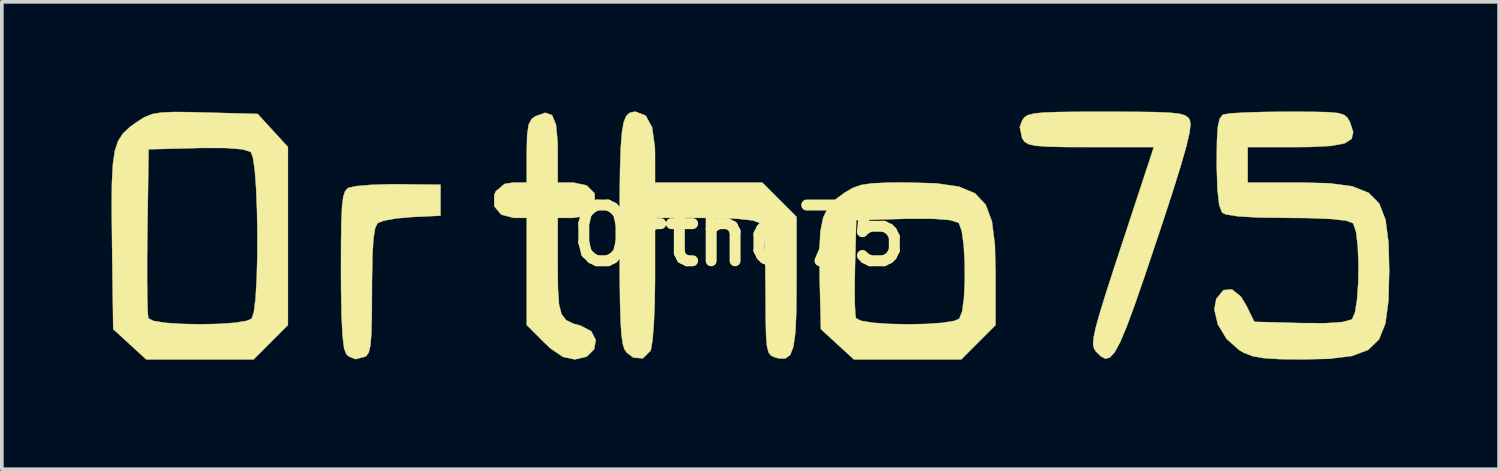
<source format=kicad_pcb>
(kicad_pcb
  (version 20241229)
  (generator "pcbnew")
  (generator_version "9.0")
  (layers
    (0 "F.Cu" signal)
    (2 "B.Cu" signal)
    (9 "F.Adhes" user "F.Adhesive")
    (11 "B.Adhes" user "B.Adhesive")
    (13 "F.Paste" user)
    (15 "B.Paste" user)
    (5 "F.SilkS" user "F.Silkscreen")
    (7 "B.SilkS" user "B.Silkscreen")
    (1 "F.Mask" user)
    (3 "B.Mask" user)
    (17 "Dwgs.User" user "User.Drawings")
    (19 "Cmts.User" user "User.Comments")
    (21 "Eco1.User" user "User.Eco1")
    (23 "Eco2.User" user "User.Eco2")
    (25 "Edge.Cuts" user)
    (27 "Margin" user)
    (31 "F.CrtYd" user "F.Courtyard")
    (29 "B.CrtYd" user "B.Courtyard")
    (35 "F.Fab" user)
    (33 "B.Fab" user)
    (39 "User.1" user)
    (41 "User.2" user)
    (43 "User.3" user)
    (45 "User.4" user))
  (footprint "Ortho75"
    (layer "F.Cu")
    (at 17.161 3.392)
    (property "Reference" "Ortho75" (at 0 0 0) (layer "F.SilkS") (effects (font (size 1.524 1.524) (thickness 0.3))))
    (attr through_hole)
    (fp_poly (pts (xy -8.164 -1.391) (xy -8.164 -0.544) (xy -8.946 -0.508) (xy -9.376 -0.469) (xy -9.718 -0.407) (xy -9.883 -0.342) (xy -9.951 -0.208) (xy -9.998 0.081) (xy -10.026 0.551) (xy -10.038 1.227) (xy -10.039 1.514) (xy -10.043 2.207) (xy -10.056 2.695) (xy -10.083 3.015) (xy -10.128 3.202) (xy -10.194 3.294) (xy -10.23 3.313) (xy -10.49 3.38) (xy -10.669 3.307) (xy -10.741 3.242) (xy -10.8 3.087) (xy -10.843 2.747) (xy -10.87 2.206) (xy -10.884 1.448) (xy -10.886 0.948) (xy -10.884 0.171) (xy -10.875 -0.398) (xy -10.857 -0.794) (xy -10.826 -1.05) (xy -10.779 -1.202) (xy -10.713 -1.284) (xy -10.674 -1.308) (xy -10.465 -1.353) (xy -10.08 -1.386) (xy -9.585 -1.402) (xy -9.313 -1.403) (xy -8.164 -1.391)) (stroke (width 0.01) (type solid)) (fill yes) (layer "F.SilkS"))
    (fp_poly (pts (xy -5.113 -3.291) (xy -5.006 -3.035) (xy -4.962 -2.569) (xy -4.959 -2.346) (xy -4.959 -1.451) (xy -4.54 -1.451) (xy -4.166 -1.371) (xy -3.954 -1.16) (xy -3.937 -0.86) (xy -3.991 -0.726) (xy -4.198 -0.537) (xy -4.54 -0.484) (xy -4.959 -0.484) (xy -4.959 0.832) (xy -4.953 1.455) (xy -4.924 1.881) (xy -4.854 2.152) (xy -4.728 2.314) (xy -4.528 2.41) (xy -4.337 2.462) (xy -4.039 2.619) (xy -3.918 2.858) (xy -3.964 3.111) (xy -4.165 3.31) (xy -4.494 3.387) (xy -4.815 3.318) (xy -5.156 3.087) (xy -5.336 2.917) (xy -5.806 2.448) (xy -5.806 -0.484) (xy -6.164 -0.484) (xy -6.505 -0.573) (xy -6.695 -0.802) (xy -6.695 -1.111) (xy -6.652 -1.21) (xy -6.414 -1.412) (xy -6.164 -1.451) (xy -5.806 -1.451) (xy -5.806 -2.294) (xy -5.795 -2.756) (xy -5.754 -3.035) (xy -5.669 -3.192) (xy -5.573 -3.261) (xy -5.297 -3.359) (xy -5.113 -3.291)) (stroke (width 0.01) (type solid)) (fill yes) (layer "F.SilkS"))
    (fp_poly (pts (xy 10.817 -3.385) (xy 11.388 -3.377) (xy 11.786 -3.36) (xy 12.046 -3.33) (xy 12.203 -3.284) (xy 12.29 -3.219) (xy 12.327 -3.163) (xy 12.347 -3.037) (xy 12.317 -2.802) (xy 12.231 -2.436) (xy 12.083 -1.919) (xy 11.868 -1.228) (xy 11.579 -0.341) (xy 11.423 0.126) (xy 11.089 1.121) (xy 10.817 1.906) (xy 10.597 2.5) (xy 10.418 2.923) (xy 10.27 3.195) (xy 10.14 3.336) (xy 10.02 3.366) (xy 9.897 3.305) (xy 9.764 3.175) (xy 9.708 3.092) (xy 9.683 2.976) (xy 9.695 2.798) (xy 9.752 2.527) (xy 9.861 2.136) (xy 10.028 1.593) (xy 10.261 0.871) (xy 10.458 0.272) (xy 11.343 -2.419) (xy 9.607 -2.419) (xy 8.922 -2.421) (xy 8.441 -2.432) (xy 8.121 -2.455) (xy 7.925 -2.496) (xy 7.813 -2.561) (xy 7.744 -2.655) (xy 7.741 -2.661) (xy 7.678 -2.97) (xy 7.741 -3.145) (xy 7.801 -3.231) (xy 7.896 -3.294) (xy 8.063 -3.337) (xy 8.336 -3.365) (xy 8.749 -3.379) (xy 9.339 -3.386) (xy 10.039 -3.387) (xy 10.817 -3.385)) (stroke (width 0.01) (type solid)) (fill yes) (layer "F.SilkS"))
    (fp_poly (pts (xy 5.392 -1.428) (xy 6.011 -1.339) (xy 6.452 -1.156) (xy 6.744 -0.847) (xy 6.916 -0.385) (xy 6.997 0.261) (xy 7.015 1.031) (xy 7.015 2.448) (xy 6.546 2.917) (xy 6.076 3.387) (xy 3.141 3.387) (xy 2.689 2.973) (xy 2.238 2.559) (xy 2.21 1.379) (xy 3.162 1.379) (xy 3.165 1.837) (xy 3.18 2.154) (xy 3.197 2.26) (xy 3.339 2.332) (xy 3.662 2.384) (xy 4.106 2.416) (xy 4.611 2.427) (xy 5.116 2.417) (xy 5.562 2.386) (xy 5.888 2.333) (xy 6.023 2.274) (xy 6.101 2.076) (xy 6.151 1.707) (xy 6.174 1.236) (xy 6.171 0.729) (xy 6.143 0.253) (xy 6.09 -0.126) (xy 6.012 -0.34) (xy 6 -0.352) (xy 5.775 -0.423) (xy 5.319 -0.459) (xy 4.637 -0.461) (xy 4.518 -0.458) (xy 3.205 -0.423) (xy 3.171 0.838) (xy 3.162 1.379) (xy 2.21 1.379) (xy 2.204 1.128) (xy 2.197 0.408) (xy 2.225 -0.118) (xy 2.302 -0.497) (xy 2.442 -0.777) (xy 2.659 -1.004) (xy 2.892 -1.176) (xy 3.107 -1.302) (xy 3.339 -1.384) (xy 3.647 -1.429) (xy 4.09 -1.448) (xy 4.566 -1.451) (xy 5.392 -1.428)) (stroke (width 0.01) (type solid)) (fill yes) (layer "F.SilkS"))
    (fp_poly (pts (xy -14.927 -3.374) (xy -14.595 -3.365) (xy -13.165 -3.326) (xy -12.751 -2.874) (xy -12.337 -2.423) (xy -12.337 2.448) (xy -12.807 2.917) (xy -13.276 3.387) (xy -16.211 3.387) (xy -16.663 2.973) (xy -17.115 2.559) (xy -17.133 1.233) (xy -16.188 1.233) (xy -16.182 1.752) (xy -16.17 2.11) (xy -16.154 2.264) (xy -16.012 2.335) (xy -15.69 2.386) (xy -15.246 2.416) (xy -14.742 2.427) (xy -14.237 2.416) (xy -13.791 2.385) (xy -13.465 2.332) (xy -13.329 2.274) (xy -13.269 2.095) (xy -13.223 1.724) (xy -13.192 1.212) (xy -13.175 0.605) (xy -13.172 -0.047) (xy -13.183 -0.696) (xy -13.207 -1.293) (xy -13.244 -1.791) (xy -13.295 -2.139) (xy -13.352 -2.288) (xy -13.577 -2.358) (xy -14.034 -2.395) (xy -14.716 -2.396) (xy -14.834 -2.393) (xy -16.147 -2.359) (xy -16.18 -0.125) (xy -16.188 0.593) (xy -16.188 1.233) (xy -17.133 1.233) (xy -17.147 0.161) (xy -17.156 -0.734) (xy -17.151 -1.422) (xy -17.125 -1.938) (xy -17.071 -2.315) (xy -16.98 -2.59) (xy -16.846 -2.795) (xy -16.662 -2.967) (xy -16.448 -3.12) (xy -16.251 -3.242) (xy -16.054 -3.321) (xy -15.804 -3.364) (xy -15.446 -3.38) (xy -14.927 -3.374)) (stroke (width 0.01) (type solid)) (fill yes) (layer "F.SilkS"))
    (fp_poly (pts (xy -2.552 -3.28) (xy -2.378 -2.957) (xy -2.302 -2.417) (xy -2.298 -2.229) (xy -2.298 -1.451) (xy 0.633 -1.451) (xy 1.572 -0.512) (xy 1.572 1.301) (xy 1.566 2.085) (xy 1.54 2.654) (xy 1.487 3.038) (xy 1.398 3.265) (xy 1.265 3.362) (xy 1.081 3.357) (xy 0.973 3.328) (xy 0.876 3.284) (xy 0.808 3.197) (xy 0.764 3.029) (xy 0.74 2.742) (xy 0.729 2.297) (xy 0.726 1.655) (xy 0.726 1.528) (xy 0.716 0.723) (xy 0.687 0.149) (xy 0.637 -0.205) (xy 0.581 -0.339) (xy 0.372 -0.414) (xy -0.071 -0.462) (xy -0.743 -0.483) (xy -0.931 -0.484) (xy -2.298 -0.484) (xy -2.298 1.217) (xy -2.307 1.858) (xy -2.331 2.422) (xy -2.366 2.86) (xy -2.41 3.12) (xy -2.423 3.153) (xy -2.631 3.359) (xy -2.891 3.336) (xy -3.076 3.197) (xy -3.135 3.108) (xy -3.181 2.956) (xy -3.215 2.714) (xy -3.239 2.352) (xy -3.254 1.842) (xy -3.263 1.155) (xy -3.266 0.264) (xy -3.266 -0.045) (xy -3.264 -1.034) (xy -3.255 -1.807) (xy -3.236 -2.391) (xy -3.204 -2.811) (xy -3.156 -3.095) (xy -3.086 -3.267) (xy -2.993 -3.356) (xy -2.873 -3.385) (xy -2.827 -3.387) (xy -2.552 -3.28)) (stroke (width 0.01) (type solid)) (fill yes) (layer "F.SilkS"))
    (fp_poly (pts (xy 15.651 -3.385) (xy 16.091 -3.376) (xy 16.374 -3.351) (xy 16.542 -3.303) (xy 16.637 -3.225) (xy 16.702 -3.11) (xy 16.712 -3.088) (xy 16.795 -2.829) (xy 16.753 -2.644) (xy 16.561 -2.522) (xy 16.192 -2.452) (xy 15.622 -2.423) (xy 15.225 -2.419) (xy 13.91 -2.419) (xy 13.91 -1.451) (xy 15.312 -1.451) (xy 16.146 -1.43) (xy 16.771 -1.346) (xy 17.215 -1.171) (xy 17.508 -0.876) (xy 17.68 -0.431) (xy 17.761 0.192) (xy 17.78 0.962) (xy 17.759 1.788) (xy 17.676 2.404) (xy 17.501 2.84) (xy 17.205 3.127) (xy 16.76 3.293) (xy 16.134 3.37) (xy 15.397 3.386) (xy 14.781 3.379) (xy 14.348 3.352) (xy 14.042 3.297) (xy 13.806 3.206) (xy 13.691 3.142) (xy 13.336 2.83) (xy 13.094 2.431) (xy 12.998 2.02) (xy 13.05 1.733) (xy 13.244 1.492) (xy 13.481 1.473) (xy 13.725 1.669) (xy 13.869 1.905) (xy 14.091 2.359) (xy 15.343 2.393) (xy 16.034 2.397) (xy 16.508 2.364) (xy 16.754 2.295) (xy 16.764 2.288) (xy 16.845 2.102) (xy 16.902 1.742) (xy 16.934 1.275) (xy 16.94 0.768) (xy 16.92 0.288) (xy 16.874 -0.099) (xy 16.8 -0.324) (xy 16.788 -0.339) (xy 16.601 -0.408) (xy 16.196 -0.454) (xy 15.564 -0.479) (xy 14.998 -0.484) (xy 14.206 -0.494) (xy 13.647 -0.526) (xy 13.312 -0.579) (xy 13.208 -0.629) (xy 13.131 -0.837) (xy 13.082 -1.269) (xy 13.063 -1.909) (xy 13.063 -2.007) (xy 13.069 -2.584) (xy 13.092 -2.962) (xy 13.139 -3.184) (xy 13.214 -3.292) (xy 13.254 -3.313) (xy 13.443 -3.341) (xy 13.821 -3.364) (xy 14.336 -3.38) (xy 14.934 -3.387) (xy 15.011 -3.387) (xy 15.651 -3.385)) (stroke (width 0.01) (type solid)) (fill yes) (layer "F.SilkS")))
  (gr_rect
    (start -3 -3)
    (end 37.946 9.783)
    (stroke (width 0.1) (type default))
    (fill no)
    (layer "Edge.Cuts")))
</source>
